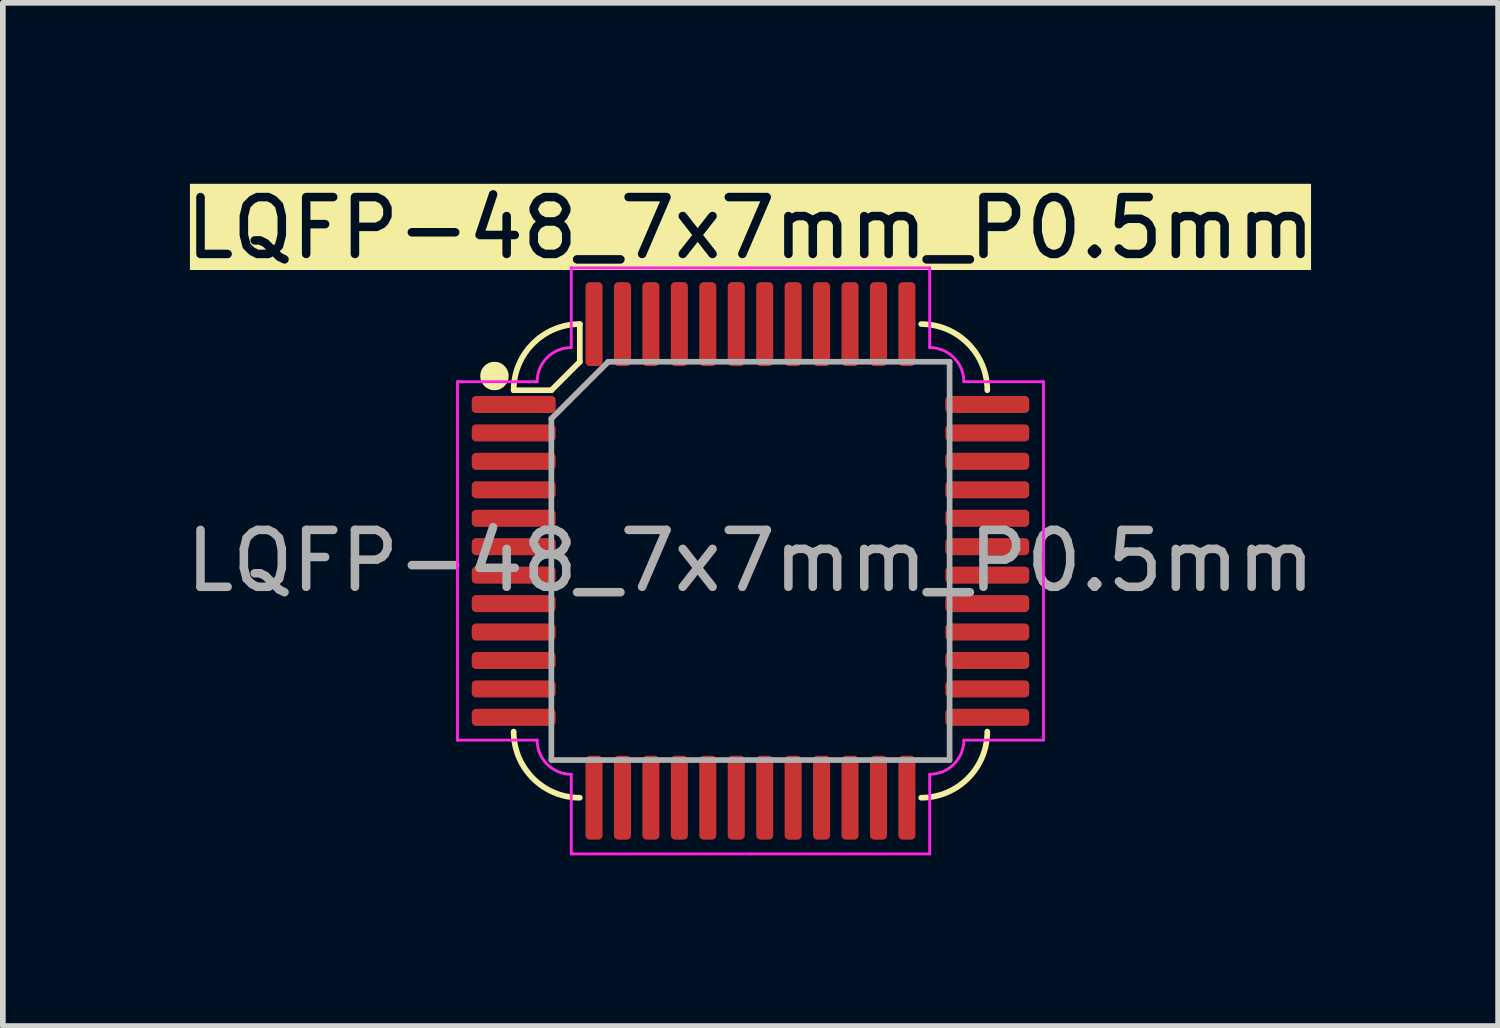
<source format=kicad_pcb>
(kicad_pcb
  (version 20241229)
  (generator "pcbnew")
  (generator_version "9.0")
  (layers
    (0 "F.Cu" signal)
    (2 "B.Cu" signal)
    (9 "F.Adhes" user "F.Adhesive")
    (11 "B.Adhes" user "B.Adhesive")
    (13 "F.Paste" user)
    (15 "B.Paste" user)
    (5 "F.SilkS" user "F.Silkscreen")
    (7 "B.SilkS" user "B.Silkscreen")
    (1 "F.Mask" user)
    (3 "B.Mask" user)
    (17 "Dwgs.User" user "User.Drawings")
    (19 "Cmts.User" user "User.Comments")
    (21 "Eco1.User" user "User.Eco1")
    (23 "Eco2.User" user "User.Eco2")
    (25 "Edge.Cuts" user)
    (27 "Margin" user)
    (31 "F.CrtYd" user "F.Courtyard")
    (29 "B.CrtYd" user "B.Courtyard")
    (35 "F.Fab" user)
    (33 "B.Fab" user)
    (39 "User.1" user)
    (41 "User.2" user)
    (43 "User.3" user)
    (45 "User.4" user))
  (footprint "LQFP-48_7x7mm_P0.5mm"
    (layer "F.Cu")
    (at 10.141 6.809)
    (property "Reference" "LQFP-48_7x7mm_P0.5mm" (at 0 -5.85 0) (layer "F.SilkS" knockout) (effects (font (size 1 1) (thickness 0.15))))
    (attr smd)
    (fp_line (start -4.162 -3) (end -3.5 -3) (stroke (width 0.1) (type default)) (layer "F.SilkS"))
    (fp_line (start -3.5 -3) (end -3 -3.5) (stroke (width 0.1) (type default)) (layer "F.SilkS"))
    (fp_line (start -3 -3.5) (end -3 -4.162) (stroke (width 0.1) (type default)) (layer "F.SilkS"))
    (fp_arc (start -4.1625 -3) (mid -3.822012 -3.822012) (end -3 -4.1625) (stroke (width 0.1) (type default)) (layer "F.SilkS"))
    (fp_arc (start -3 4.1625) (mid -3.822012 3.822012) (end -4.1625 3) (stroke (width 0.1) (type default)) (layer "F.SilkS"))
    (fp_arc (start 3 -4.1625) (mid 3.822012 -3.822012) (end 4.1625 -3) (stroke (width 0.1) (type default)) (layer "F.SilkS"))
    (fp_arc (start 4.1625 3) (mid 3.822012 3.822012) (end 3 4.1625) (stroke (width 0.1) (type default)) (layer "F.SilkS"))
    (fp_circle (center -4.5 -3.25) (end -4.3 -3.25) (stroke (width 0.1) (type solid)) (fill yes) (layer "F.SilkS"))
    (fp_line (start -5.15 -3.15) (end -5.15 0) (stroke (width 0.05) (type solid)) (layer "F.CrtYd"))
    (fp_line (start -5.15 3.15) (end -5.15 0) (stroke (width 0.05) (type solid)) (layer "F.CrtYd"))
    (fp_line (start -3.75 -3.15) (end -5.15 -3.15) (stroke (width 0.05) (type solid)) (layer "F.CrtYd"))
    (fp_line (start -3.75 3.15) (end -5.15 3.15) (stroke (width 0.05) (type solid)) (layer "F.CrtYd"))
    (fp_line (start -3.15 -5.15) (end -3.15 -3.75) (stroke (width 0.05) (type solid)) (layer "F.CrtYd"))
    (fp_line (start -3.15 5.15) (end -3.15 3.75) (stroke (width 0.05) (type solid)) (layer "F.CrtYd"))
    (fp_line (start 0 -5.15) (end -3.15 -5.15) (stroke (width 0.05) (type solid)) (layer "F.CrtYd"))
    (fp_line (start 0 -5.15) (end 3.15 -5.15) (stroke (width 0.05) (type solid)) (layer "F.CrtYd"))
    (fp_line (start 0 5.15) (end -3.15 5.15) (stroke (width 0.05) (type solid)) (layer "F.CrtYd"))
    (fp_line (start 0 5.15) (end 3.15 5.15) (stroke (width 0.05) (type solid)) (layer "F.CrtYd"))
    (fp_line (start 3.15 -5.15) (end 3.15 -3.75) (stroke (width 0.05) (type solid)) (layer "F.CrtYd"))
    (fp_line (start 3.15 5.15) (end 3.15 3.75) (stroke (width 0.05) (type solid)) (layer "F.CrtYd"))
    (fp_line (start 3.75 -3.15) (end 5.15 -3.15) (stroke (width 0.05) (type solid)) (layer "F.CrtYd"))
    (fp_line (start 3.75 3.15) (end 5.15 3.15) (stroke (width 0.05) (type solid)) (layer "F.CrtYd"))
    (fp_line (start 5.15 -3.15) (end 5.15 0) (stroke (width 0.05) (type solid)) (layer "F.CrtYd"))
    (fp_line (start 5.15 3.15) (end 5.15 0) (stroke (width 0.05) (type solid)) (layer "F.CrtYd"))
    (fp_arc (start -3.749999 -3.15) (mid -3.574263 -3.574263) (end -3.15 -3.749999) (stroke (width 0.05) (type default)) (layer "F.CrtYd"))
    (fp_arc (start -3.15 3.749999) (mid -3.574263 3.574263) (end -3.749999 3.15) (stroke (width 0.05) (type default)) (layer "F.CrtYd"))
    (fp_arc (start 3.15 -3.749999) (mid 3.574263 -3.574263) (end 3.749999 -3.15) (stroke (width 0.05) (type default)) (layer "F.CrtYd"))
    (fp_arc (start 3.749999 3.15) (mid 3.574263 3.574263) (end 3.15 3.749999) (stroke (width 0.05) (type default)) (layer "F.CrtYd"))
    (fp_line (start -3.5 -2.5) (end -2.5 -3.5) (stroke (width 0.1) (type solid)) (layer "F.Fab"))
    (fp_line (start -3.5 3.5) (end -3.5 -2.5) (stroke (width 0.1) (type solid)) (layer "F.Fab"))
    (fp_line (start -2.5 -3.5) (end 3.5 -3.5) (stroke (width 0.1) (type solid)) (layer "F.Fab"))
    (fp_line (start 3.5 -3.5) (end 3.5 3.5) (stroke (width 0.1) (type solid)) (layer "F.Fab"))
    (fp_line (start 3.5 3.5) (end -3.5 3.5) (stroke (width 0.1) (type solid)) (layer "F.Fab"))
    (fp_text user "${REFERENCE}" (at 0 0 0) (layer "F.Fab") (effects (font (size 1 1) (thickness 0.15))))
    (pad "1" smd roundrect (at -4.162 -2.75) (size 1.475 0.3) (layers "F.Cu" "F.Mask" "F.Paste") (roundrect_rratio 0.25))
    (pad "2" smd roundrect (at -4.162 -2.25) (size 1.475 0.3) (layers "F.Cu" "F.Mask" "F.Paste") (roundrect_rratio 0.25))
    (pad "3" smd roundrect (at -4.162 -1.75) (size 1.475 0.3) (layers "F.Cu" "F.Mask" "F.Paste") (roundrect_rratio 0.25))
    (pad "4" smd roundrect (at -4.162 -1.25) (size 1.475 0.3) (layers "F.Cu" "F.Mask" "F.Paste") (roundrect_rratio 0.25))
    (pad "5" smd roundrect (at -4.162 -0.75) (size 1.475 0.3) (layers "F.Cu" "F.Mask" "F.Paste") (roundrect_rratio 0.25))
    (pad "6" smd roundrect (at -4.162 -0.25) (size 1.475 0.3) (layers "F.Cu" "F.Mask" "F.Paste") (roundrect_rratio 0.25))
    (pad "7" smd roundrect (at -4.162 0.25) (size 1.475 0.3) (layers "F.Cu" "F.Mask" "F.Paste") (roundrect_rratio 0.25))
    (pad "8" smd roundrect (at -4.162 0.75) (size 1.475 0.3) (layers "F.Cu" "F.Mask" "F.Paste") (roundrect_rratio 0.25))
    (pad "9" smd roundrect (at -4.162 1.25) (size 1.475 0.3) (layers "F.Cu" "F.Mask" "F.Paste") (roundrect_rratio 0.25))
    (pad "10" smd roundrect (at -4.162 1.75) (size 1.475 0.3) (layers "F.Cu" "F.Mask" "F.Paste") (roundrect_rratio 0.25))
    (pad "11" smd roundrect (at -4.162 2.25) (size 1.475 0.3) (layers "F.Cu" "F.Mask" "F.Paste") (roundrect_rratio 0.25))
    (pad "12" smd roundrect (at -4.162 2.75) (size 1.475 0.3) (layers "F.Cu" "F.Mask" "F.Paste") (roundrect_rratio 0.25))
    (pad "13" smd roundrect (at -2.75 4.162) (size 0.3 1.475) (layers "F.Cu" "F.Mask" "F.Paste") (roundrect_rratio 0.25))
    (pad "14" smd roundrect (at -2.25 4.162) (size 0.3 1.475) (layers "F.Cu" "F.Mask" "F.Paste") (roundrect_rratio 0.25))
    (pad "15" smd roundrect (at -1.75 4.162) (size 0.3 1.475) (layers "F.Cu" "F.Mask" "F.Paste") (roundrect_rratio 0.25))
    (pad "16" smd roundrect (at -1.25 4.162) (size 0.3 1.475) (layers "F.Cu" "F.Mask" "F.Paste") (roundrect_rratio 0.25))
    (pad "17" smd roundrect (at -0.75 4.162) (size 0.3 1.475) (layers "F.Cu" "F.Mask" "F.Paste") (roundrect_rratio 0.25))
    (pad "18" smd roundrect (at -0.25 4.162) (size 0.3 1.475) (layers "F.Cu" "F.Mask" "F.Paste") (roundrect_rratio 0.25))
    (pad "19" smd roundrect (at 0.25 4.162) (size 0.3 1.475) (layers "F.Cu" "F.Mask" "F.Paste") (roundrect_rratio 0.25))
    (pad "20" smd roundrect (at 0.75 4.162) (size 0.3 1.475) (layers "F.Cu" "F.Mask" "F.Paste") (roundrect_rratio 0.25))
    (pad "21" smd roundrect (at 1.25 4.162) (size 0.3 1.475) (layers "F.Cu" "F.Mask" "F.Paste") (roundrect_rratio 0.25))
    (pad "22" smd roundrect (at 1.75 4.162) (size 0.3 1.475) (layers "F.Cu" "F.Mask" "F.Paste") (roundrect_rratio 0.25))
    (pad "23" smd roundrect (at 2.25 4.162) (size 0.3 1.475) (layers "F.Cu" "F.Mask" "F.Paste") (roundrect_rratio 0.25))
    (pad "24" smd roundrect (at 2.75 4.162) (size 0.3 1.475) (layers "F.Cu" "F.Mask" "F.Paste") (roundrect_rratio 0.25))
    (pad "25" smd roundrect (at 4.162 2.75) (size 1.475 0.3) (layers "F.Cu" "F.Mask" "F.Paste") (roundrect_rratio 0.25))
    (pad "26" smd roundrect (at 4.162 2.25) (size 1.475 0.3) (layers "F.Cu" "F.Mask" "F.Paste") (roundrect_rratio 0.25))
    (pad "27" smd roundrect (at 4.162 1.75) (size 1.475 0.3) (layers "F.Cu" "F.Mask" "F.Paste") (roundrect_rratio 0.25))
    (pad "28" smd roundrect (at 4.162 1.25) (size 1.475 0.3) (layers "F.Cu" "F.Mask" "F.Paste") (roundrect_rratio 0.25))
    (pad "29" smd roundrect (at 4.162 0.75) (size 1.475 0.3) (layers "F.Cu" "F.Mask" "F.Paste") (roundrect_rratio 0.25))
    (pad "30" smd roundrect (at 4.162 0.25) (size 1.475 0.3) (layers "F.Cu" "F.Mask" "F.Paste") (roundrect_rratio 0.25))
    (pad "31" smd roundrect (at 4.162 -0.25) (size 1.475 0.3) (layers "F.Cu" "F.Mask" "F.Paste") (roundrect_rratio 0.25))
    (pad "32" smd roundrect (at 4.162 -0.75) (size 1.475 0.3) (layers "F.Cu" "F.Mask" "F.Paste") (roundrect_rratio 0.25))
    (pad "33" smd roundrect (at 4.162 -1.25) (size 1.475 0.3) (layers "F.Cu" "F.Mask" "F.Paste") (roundrect_rratio 0.25))
    (pad "34" smd roundrect (at 4.162 -1.75) (size 1.475 0.3) (layers "F.Cu" "F.Mask" "F.Paste") (roundrect_rratio 0.25))
    (pad "35" smd roundrect (at 4.162 -2.25) (size 1.475 0.3) (layers "F.Cu" "F.Mask" "F.Paste") (roundrect_rratio 0.25))
    (pad "36" smd roundrect (at 4.162 -2.75) (size 1.475 0.3) (layers "F.Cu" "F.Mask" "F.Paste") (roundrect_rratio 0.25))
    (pad "37" smd roundrect (at 2.75 -4.162) (size 0.3 1.475) (layers "F.Cu" "F.Mask" "F.Paste") (roundrect_rratio 0.25))
    (pad "38" smd roundrect (at 2.25 -4.162) (size 0.3 1.475) (layers "F.Cu" "F.Mask" "F.Paste") (roundrect_rratio 0.25))
    (pad "39" smd roundrect (at 1.75 -4.162) (size 0.3 1.475) (layers "F.Cu" "F.Mask" "F.Paste") (roundrect_rratio 0.25))
    (pad "40" smd roundrect (at 1.25 -4.162) (size 0.3 1.475) (layers "F.Cu" "F.Mask" "F.Paste") (roundrect_rratio 0.25))
    (pad "41" smd roundrect (at 0.75 -4.162) (size 0.3 1.475) (layers "F.Cu" "F.Mask" "F.Paste") (roundrect_rratio 0.25))
    (pad "42" smd roundrect (at 0.25 -4.162) (size 0.3 1.475) (layers "F.Cu" "F.Mask" "F.Paste") (roundrect_rratio 0.25))
    (pad "43" smd roundrect (at -0.25 -4.162) (size 0.3 1.475) (layers "F.Cu" "F.Mask" "F.Paste") (roundrect_rratio 0.25))
    (pad "44" smd roundrect (at -0.75 -4.162) (size 0.3 1.475) (layers "F.Cu" "F.Mask" "F.Paste") (roundrect_rratio 0.25))
    (pad "45" smd roundrect (at -1.25 -4.162) (size 0.3 1.475) (layers "F.Cu" "F.Mask" "F.Paste") (roundrect_rratio 0.25))
    (pad "46" smd roundrect (at -1.75 -4.162) (size 0.3 1.475) (layers "F.Cu" "F.Mask" "F.Paste") (roundrect_rratio 0.25))
    (pad "47" smd roundrect (at -2.25 -4.162) (size 0.3 1.475) (layers "F.Cu" "F.Mask" "F.Paste") (roundrect_rratio 0.25))
    (pad "48" smd roundrect (at -2.75 -4.162) (size 0.3 1.475) (layers "F.Cu" "F.Mask" "F.Paste") (roundrect_rratio 0.25)))
  (gr_rect
    (start -3 -3)
    (end 23.282 14.984)
    (stroke (width 0.1) (type default))
    (fill no)
    (layer "Edge.Cuts")))
</source>
